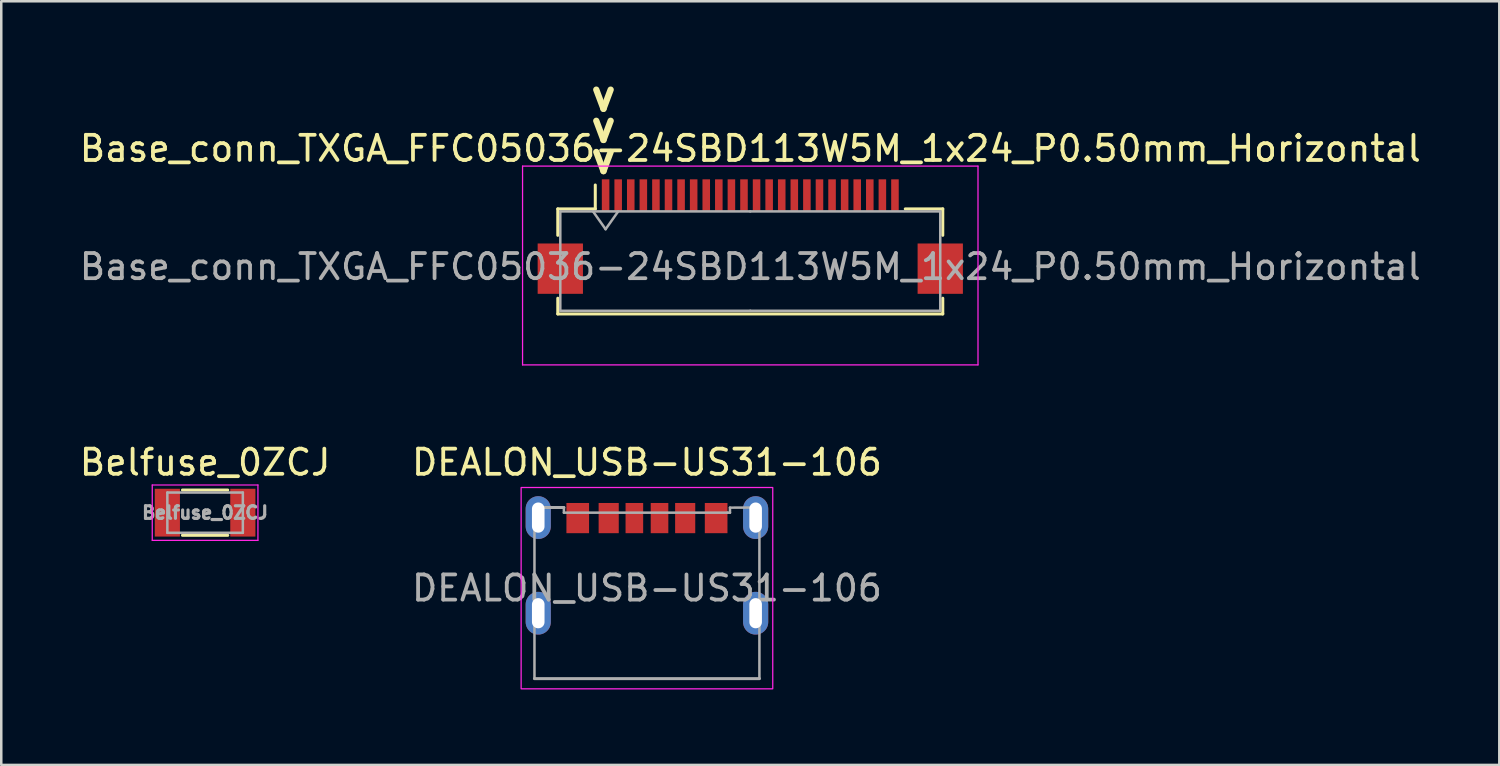
<source format=kicad_pcb>
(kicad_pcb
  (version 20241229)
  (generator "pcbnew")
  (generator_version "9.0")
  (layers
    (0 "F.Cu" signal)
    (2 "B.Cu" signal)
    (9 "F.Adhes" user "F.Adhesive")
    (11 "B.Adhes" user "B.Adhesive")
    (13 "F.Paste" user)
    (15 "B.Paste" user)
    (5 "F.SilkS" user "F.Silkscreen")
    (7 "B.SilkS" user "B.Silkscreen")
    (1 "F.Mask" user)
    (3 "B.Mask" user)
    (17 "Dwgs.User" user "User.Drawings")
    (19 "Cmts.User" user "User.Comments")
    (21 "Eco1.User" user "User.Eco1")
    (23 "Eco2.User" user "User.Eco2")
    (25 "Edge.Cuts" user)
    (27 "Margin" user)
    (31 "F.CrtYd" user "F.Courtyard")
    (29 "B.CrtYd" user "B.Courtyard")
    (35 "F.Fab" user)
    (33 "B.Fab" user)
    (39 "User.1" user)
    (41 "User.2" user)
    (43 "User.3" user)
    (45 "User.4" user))
  (footprint "Base_conn_TXGA_FFC05036-24SBD113W5M_1x24_P0.50mm_Horizontal"
    (layer "F.Cu")
    (at 26.768 6.552)
    (property "Reference" "Base_conn_TXGA_FFC05036-24SBD113W5M_1x24_P0.50mm_Horizontal" (at 0 -3.7 0) (layer "F.SilkS") (effects (font (size 1 1) (thickness 0.15))))
    (attr smd)
    (fp_line (start -7.65 -1.3) (end -7.65 -0.25) (stroke (width 0.12) (type solid)) (layer "F.SilkS"))
    (fp_line (start -7.65 2.25) (end -7.65 2.875) (stroke (width 0.12) (type solid)) (layer "F.SilkS"))
    (fp_line (start -7.65 2.875) (end 7.65 2.875) (stroke (width 0.12) (type solid)) (layer "F.SilkS"))
    (fp_line (start -6.16 -1.3) (end -7.65 -1.3) (stroke (width 0.12) (type solid)) (layer "F.SilkS"))
    (fp_line (start -6.16 -1.3) (end -6.16 -2.25) (stroke (width 0.12) (type solid)) (layer "F.SilkS"))
    (fp_line (start 6.16 -1.3) (end 7.65 -1.3) (stroke (width 0.12) (type solid)) (layer "F.SilkS"))
    (fp_line (start 7.65 -1.3) (end 7.65 -0.25) (stroke (width 0.12) (type solid)) (layer "F.SilkS"))
    (fp_line (start 7.65 2.875) (end 7.65 2.25) (stroke (width 0.12) (type solid)) (layer "F.SilkS"))
    (fp_line (start -9.05 -3) (end -9.05 4.9) (stroke (width 0.05) (type solid)) (layer "F.CrtYd"))
    (fp_line (start -9.05 4.9) (end 9.05 4.9) (stroke (width 0.05) (type solid)) (layer "F.CrtYd"))
    (fp_line (start 9.05 -3) (end -9.05 -3) (stroke (width 0.05) (type solid)) (layer "F.CrtYd"))
    (fp_line (start 9.05 4.9) (end 9.05 -3) (stroke (width 0.05) (type solid)) (layer "F.CrtYd"))
    (fp_line (start -7.55 -1.2) (end -7.55 2.75) (stroke (width 0.1) (type solid)) (layer "F.Fab"))
    (fp_line (start -7.55 2.75) (end 0 2.75) (stroke (width 0.1) (type solid)) (layer "F.Fab"))
    (fp_line (start -6.25 -1.2) (end -5.75 -0.493) (stroke (width 0.1) (type solid)) (layer "F.Fab"))
    (fp_line (start -5.75 -0.493) (end -5.25 -1.2) (stroke (width 0.1) (type solid)) (layer "F.Fab"))
    (fp_line (start 0 -1.2) (end -7.55 -1.2) (stroke (width 0.1) (type solid)) (layer "F.Fab"))
    (fp_line (start 0 -1.2) (end 7.55 -1.2) (stroke (width 0.1) (type solid)) (layer "F.Fab"))
    (fp_line (start 7.55 -1.2) (end 7.55 2.75) (stroke (width 0.1) (type solid)) (layer "F.Fab"))
    (fp_line (start 7.55 2.75) (end 0 2.75) (stroke (width 0.1) (type solid)) (layer "F.Fab"))
    (fp_text user ">>>" (at -5.766 -4.42 270) (unlocked yes) (layer "F.SilkS") (effects (font (size 1 1) (thickness 0.25) (bold yes))))
    (fp_text user "${REFERENCE}" (at 0 1 0) (layer "F.Fab") (effects (font (size 1 1) (thickness 0.15))))
    (pad "" smd rect (at -7.55 1.075) (size 1.8 2) (layers "F.Cu" "F.Mask" "F.Paste"))
    (pad "" smd rect (at 7.55 1.075) (size 1.8 2) (layers "F.Cu" "F.Mask" "F.Paste"))
    (pad "1" smd rect (at -5.75 -1.85) (size 0.3 1.25) (layers "F.Cu" "F.Mask" "F.Paste"))
    (pad "2" smd rect (at -5.25 -1.85) (size 0.3 1.25) (layers "F.Cu" "F.Mask" "F.Paste"))
    (pad "3" smd rect (at -4.75 -1.85) (size 0.3 1.25) (layers "F.Cu" "F.Mask" "F.Paste"))
    (pad "4" smd rect (at -4.25 -1.85) (size 0.3 1.25) (layers "F.Cu" "F.Mask" "F.Paste"))
    (pad "5" smd rect (at -3.75 -1.85) (size 0.3 1.25) (layers "F.Cu" "F.Mask" "F.Paste"))
    (pad "6" smd rect (at -3.25 -1.85) (size 0.3 1.25) (layers "F.Cu" "F.Mask" "F.Paste"))
    (pad "7" smd rect (at -2.75 -1.85) (size 0.3 1.25) (layers "F.Cu" "F.Mask" "F.Paste"))
    (pad "8" smd rect (at -2.25 -1.85) (size 0.3 1.25) (layers "F.Cu" "F.Mask" "F.Paste"))
    (pad "9" smd rect (at -1.75 -1.85) (size 0.3 1.25) (layers "F.Cu" "F.Mask" "F.Paste"))
    (pad "10" smd rect (at -1.25 -1.85) (size 0.3 1.25) (layers "F.Cu" "F.Mask" "F.Paste"))
    (pad "11" smd rect (at -0.75 -1.85) (size 0.3 1.25) (layers "F.Cu" "F.Mask" "F.Paste"))
    (pad "12" smd rect (at -0.25 -1.85) (size 0.3 1.25) (layers "F.Cu" "F.Mask" "F.Paste"))
    (pad "13" smd rect (at 0.25 -1.85) (size 0.3 1.25) (layers "F.Cu" "F.Mask" "F.Paste"))
    (pad "14" smd rect (at 0.75 -1.85) (size 0.3 1.25) (layers "F.Cu" "F.Mask" "F.Paste"))
    (pad "15" smd rect (at 1.25 -1.85) (size 0.3 1.25) (layers "F.Cu" "F.Mask" "F.Paste"))
    (pad "16" smd rect (at 1.75 -1.85) (size 0.3 1.25) (layers "F.Cu" "F.Mask" "F.Paste"))
    (pad "17" smd rect (at 2.25 -1.85) (size 0.3 1.25) (layers "F.Cu" "F.Mask" "F.Paste"))
    (pad "18" smd rect (at 2.75 -1.85) (size 0.3 1.25) (layers "F.Cu" "F.Mask" "F.Paste"))
    (pad "19" smd rect (at 3.25 -1.85) (size 0.3 1.25) (layers "F.Cu" "F.Mask" "F.Paste"))
    (pad "20" smd rect (at 3.75 -1.85) (size 0.3 1.25) (layers "F.Cu" "F.Mask" "F.Paste"))
    (pad "21" smd rect (at 4.25 -1.85) (size 0.3 1.25) (layers "F.Cu" "F.Mask" "F.Paste"))
    (pad "22" smd rect (at 4.75 -1.85) (size 0.3 1.25) (layers "F.Cu" "F.Mask" "F.Paste"))
    (pad "23" smd rect (at 5.25 -1.85) (size 0.3 1.25) (layers "F.Cu" "F.Mask" "F.Paste"))
    (pad "24" smd rect (at 5.75 -1.85) (size 0.3 1.25) (layers "F.Cu" "F.Mask" "F.Paste")))
  (footprint "DEALON_USB-US31-106"
    (layer "F.Cu")
    (at 22.661 20.325)
    (property "Reference" "DEALON_USB-US31-106" (at 0 -5 0) (unlocked yes) (layer "F.SilkS") (effects (font (size 1 1) (thickness 0.15))))
    (fp_rect (start -5 -4) (end 5 4) (stroke (width 0.05) (type default)) (fill no) (layer "F.CrtYd"))
    (fp_line (start -4.47 -3.205) (end -3.3 -3.205) (stroke (width 0.12) (type default)) (layer "F.Fab"))
    (fp_line (start -4.47 3.595) (end -4.47 -3.205) (stroke (width 0.1) (type default)) (layer "F.Fab"))
    (fp_line (start -4.47 3.595) (end 4.47 3.595) (stroke (width 0.12) (type default)) (layer "F.Fab"))
    (fp_line (start -3.3 -3.205) (end -3.3 -3) (stroke (width 0.1) (type default)) (layer "F.Fab"))
    (fp_line (start -3.3 -3) (end 3.2 -3) (stroke (width 0.1) (type default)) (layer "F.Fab"))
    (fp_line (start 3.2 -3) (end 3.3 -3) (stroke (width 0.1) (type default)) (layer "F.Fab"))
    (fp_line (start 3.3 -3.2) (end 3.3 -3) (stroke (width 0.1) (type default)) (layer "F.Fab"))
    (fp_line (start 3.3 -3.2) (end 4.47 -3.205) (stroke (width 0.1) (type default)) (layer "F.Fab"))
    (fp_line (start 4.47 3.595) (end 4.47 -3.205) (stroke (width 0.1) (type default)) (layer "F.Fab"))
    (fp_text user "${REFERENCE}" (at 0 0 0) (unlocked yes) (layer "F.Fab") (effects (font (size 1 1) (thickness 0.15))))
    (pad "A5" smd rect (at -0.5 -2.785) (size 0.7 1.2) (layers "F.Cu" "F.Mask" "F.Paste"))
    (pad "A9" smd rect (at 1.52 -2.785) (size 0.8 1.2) (layers "F.Cu" "F.Mask" "F.Paste"))
    (pad "A12" smd rect (at 2.75 -2.785) (size 0.9 1.2) (layers "F.Cu" "F.Mask" "F.Paste"))
    (pad "B5" smd rect (at 0.5 -2.785) (size 0.7 1.2) (layers "F.Cu" "F.Mask" "F.Paste"))
    (pad "B9" smd rect (at -1.52 -2.785) (size 0.8 1.2) (layers "F.Cu" "F.Mask" "F.Paste"))
    (pad "B12" smd rect (at -2.75 -2.785) (size 0.9 1.2) (layers "F.Cu" "F.Mask" "F.Paste"))
    (pad "S1" thru_hole oval (at -4.32 -2.805) (size 1 1.7) (drill oval 0.5 1.2) (layers "*.Cu" "*.Mask"))
    (pad "S1" thru_hole oval (at -4.32 0.995) (size 1 1.7) (drill oval 0.5 1.2) (layers "*.Cu" "*.Mask"))
    (pad "S1" thru_hole oval (at 4.32 -2.805) (size 1 1.7) (drill oval 0.5 1.2) (layers "*.Cu" "*.Mask"))
    (pad "S1" thru_hole oval (at 4.32 0.995) (size 1 1.7) (drill oval 0.5 1.2) (layers "*.Cu" "*.Mask")))
  (footprint "Belfuse_0ZCJ"
    (layer "F.Cu")
    (at 5.101 17.325)
    (property "Reference" "Belfuse_0ZCJ" (at 0 -2 0) (unlocked yes) (layer "F.SilkS") (effects (font (size 1 1) (thickness 0.15))))
    (fp_line (start -0.9 -0.9) (end 0.9 -0.9) (stroke (width 0.12) (type solid)) (layer "F.SilkS"))
    (fp_line (start -0.9 0.9) (end 0.9 0.9) (stroke (width 0.12) (type solid)) (layer "F.SilkS"))
    (fp_line (start -2.1 -1.1) (end 2.1 -1.1) (stroke (width 0.05) (type solid)) (layer "F.CrtYd"))
    (fp_line (start -2.1 1.1) (end -2.1 -1.1) (stroke (width 0.05) (type solid)) (layer "F.CrtYd"))
    (fp_line (start -2.1 1.1) (end 2.1 1.1) (stroke (width 0.05) (type solid)) (layer "F.CrtYd"))
    (fp_line (start 2.1 1.1) (end 2.1 -1.1) (stroke (width 0.05) (type solid)) (layer "F.CrtYd"))
    (fp_line (start -1.5 -0.8) (end -1.5 0.8) (stroke (width 0.1) (type solid)) (layer "F.Fab"))
    (fp_line (start -1.5 -0.8) (end 1.5 -0.8) (stroke (width 0.1) (type solid)) (layer "F.Fab"))
    (fp_line (start 1.5 0.8) (end -1.5 0.8) (stroke (width 0.1) (type solid)) (layer "F.Fab"))
    (fp_line (start 1.5 0.8) (end 1.5 -0.8) (stroke (width 0.1) (type solid)) (layer "F.Fab"))
    (fp_text user "${REFERENCE}" (at 0 0 0) (unlocked yes) (layer "F.Fab") (effects (font (size 0.5 0.5) (thickness 0.125))))
    (pad "1" smd rect (at -1.5 0) (size 1 1.9) (layers "F.Cu" "F.Mask" "F.Paste"))
    (pad "2" smd rect (at 1.5 0) (size 1 1.9) (layers "F.Cu" "F.Mask" "F.Paste")))
  (gr_rect
    (start -3 -3)
    (end 56.536 27.35)
    (stroke (width 0.1) (type default))
    (fill no)
    (layer "Edge.Cuts")))
</source>
